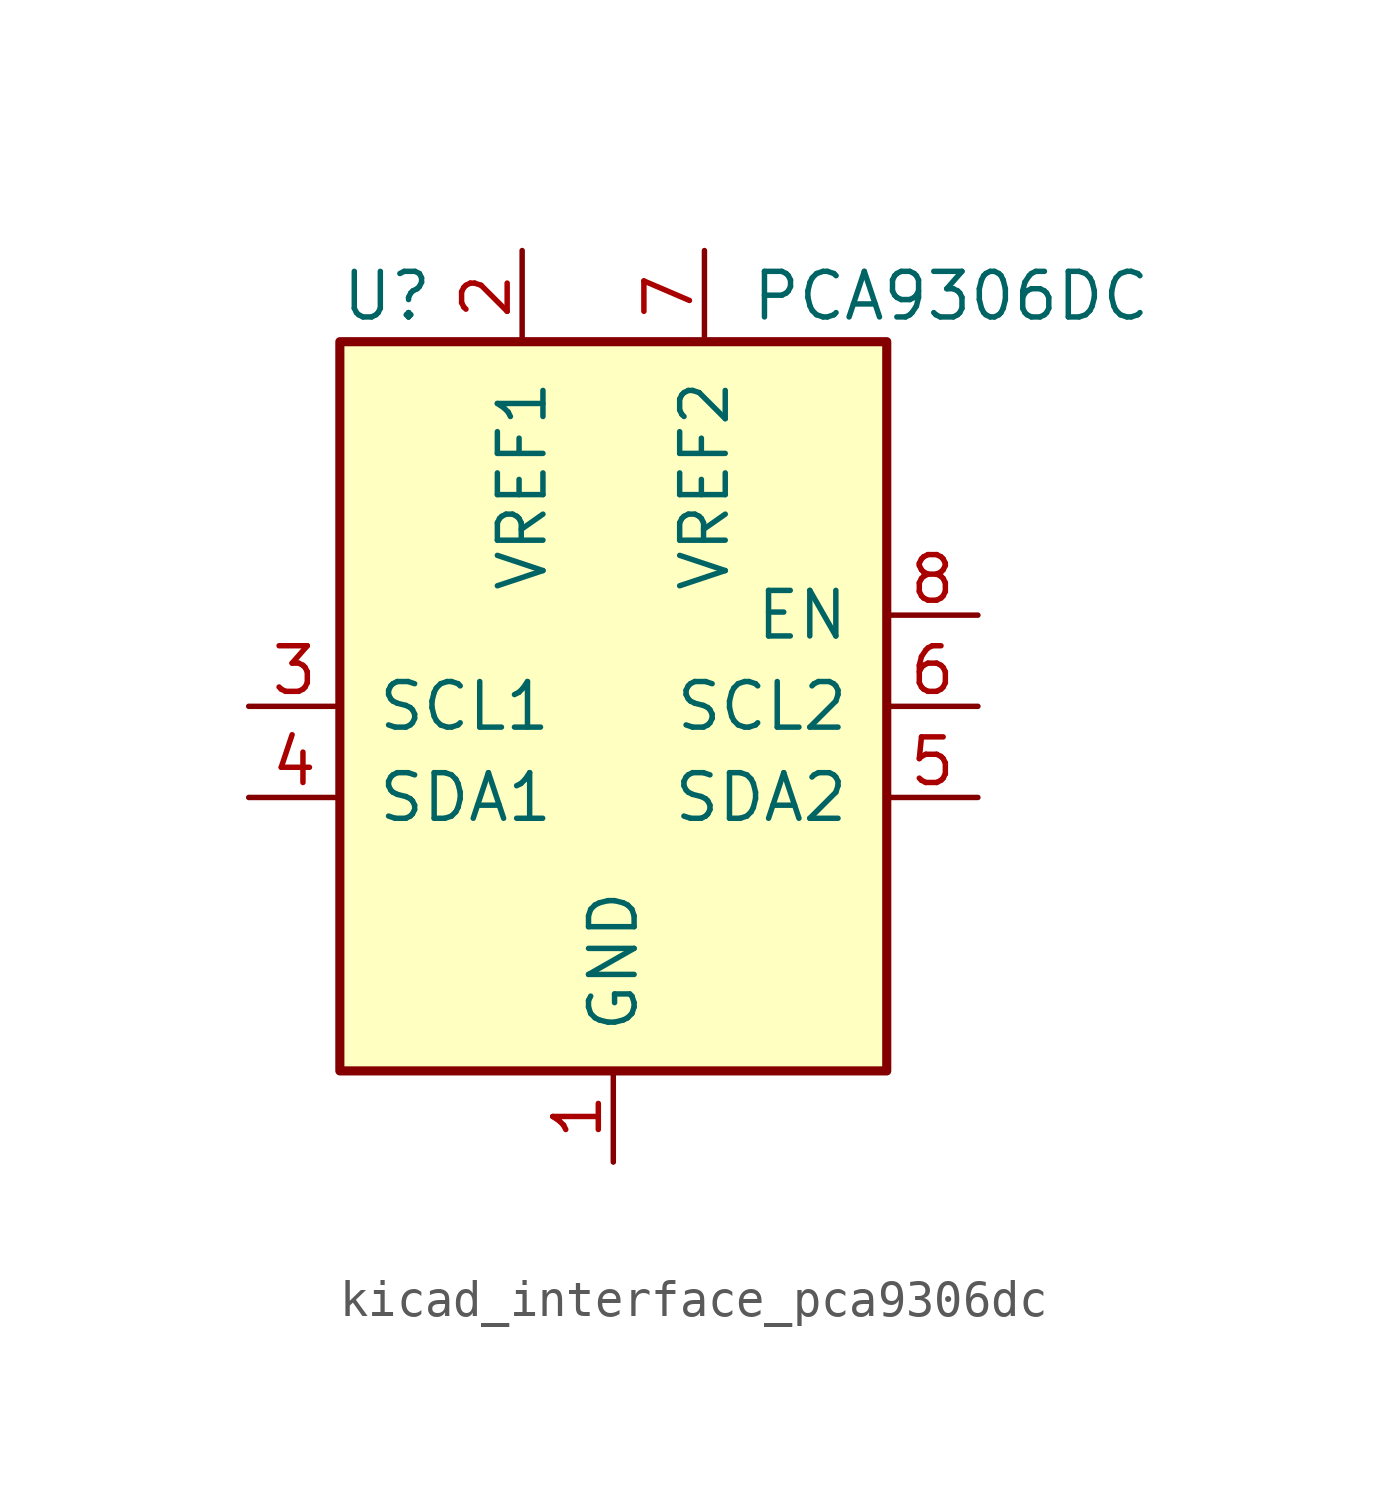
<source format=kicad_sym>
(kicad_symbol_lib
  (version 20220914)
  (generator kicad_symbol_editor)
  (symbol "kicad_interface_pca9306dc"
    (pin_names
      (offset 1.016))
    (property "Reference" "U"
      (at -7.62 11.43 0)
      (effects (font (size 1.27 1.27)) (justify left)))
    (property "Value" "PCA9306DC"
      (at 3.81 11.43 0)
      (effects (font (size 1.27 1.27)) (justify left)))
    (symbol "kicad_interface_pca9306dc_0_1"
      (rectangle (start -7.62 10.16) (end 7.62 -10.16) (stroke (width 0.254) (type default)) (fill (type background))))
    (symbol "kicad_interface_pca9306dc_1_1"
      (pin power_in line (at 0 -12.7 90) (length 2.54) (name "GND" (effects (font (size 1.27 1.27)))) (number "1" (effects (font (size 1.27 1.27)))))
      (pin power_in line (at -2.54 12.7 270) (length 2.54) (name "VREF1" (effects (font (size 1.27 1.27)))) (number "2" (effects (font (size 1.27 1.27)))))
      (pin bidirectional line (at -10.16 0 0) (length 2.54) (name "SCL1" (effects (font (size 1.27 1.27)))) (number "3" (effects (font (size 1.27 1.27)))))
      (pin bidirectional line (at -10.16 -2.54 0) (length 2.54) (name "SDA1" (effects (font (size 1.27 1.27)))) (number "4" (effects (font (size 1.27 1.27)))))
      (pin bidirectional line (at 10.16 -2.54 180) (length 2.54) (name "SDA2" (effects (font (size 1.27 1.27)))) (number "5" (effects (font (size 1.27 1.27)))))
      (pin bidirectional line (at 10.16 0 180) (length 2.54) (name "SCL2" (effects (font (size 1.27 1.27)))) (number "6" (effects (font (size 1.27 1.27)))))
      (pin power_in line (at 2.54 12.7 270) (length 2.54) (name "VREF2" (effects (font (size 1.27 1.27)))) (number "7" (effects (font (size 1.27 1.27)))))
      (pin input line (at 10.16 2.54 180) (length 2.54) (name "EN" (effects (font (size 1.27 1.27)))) (number "8" (effects (font (size 1.27 1.27))))))))
</source>
